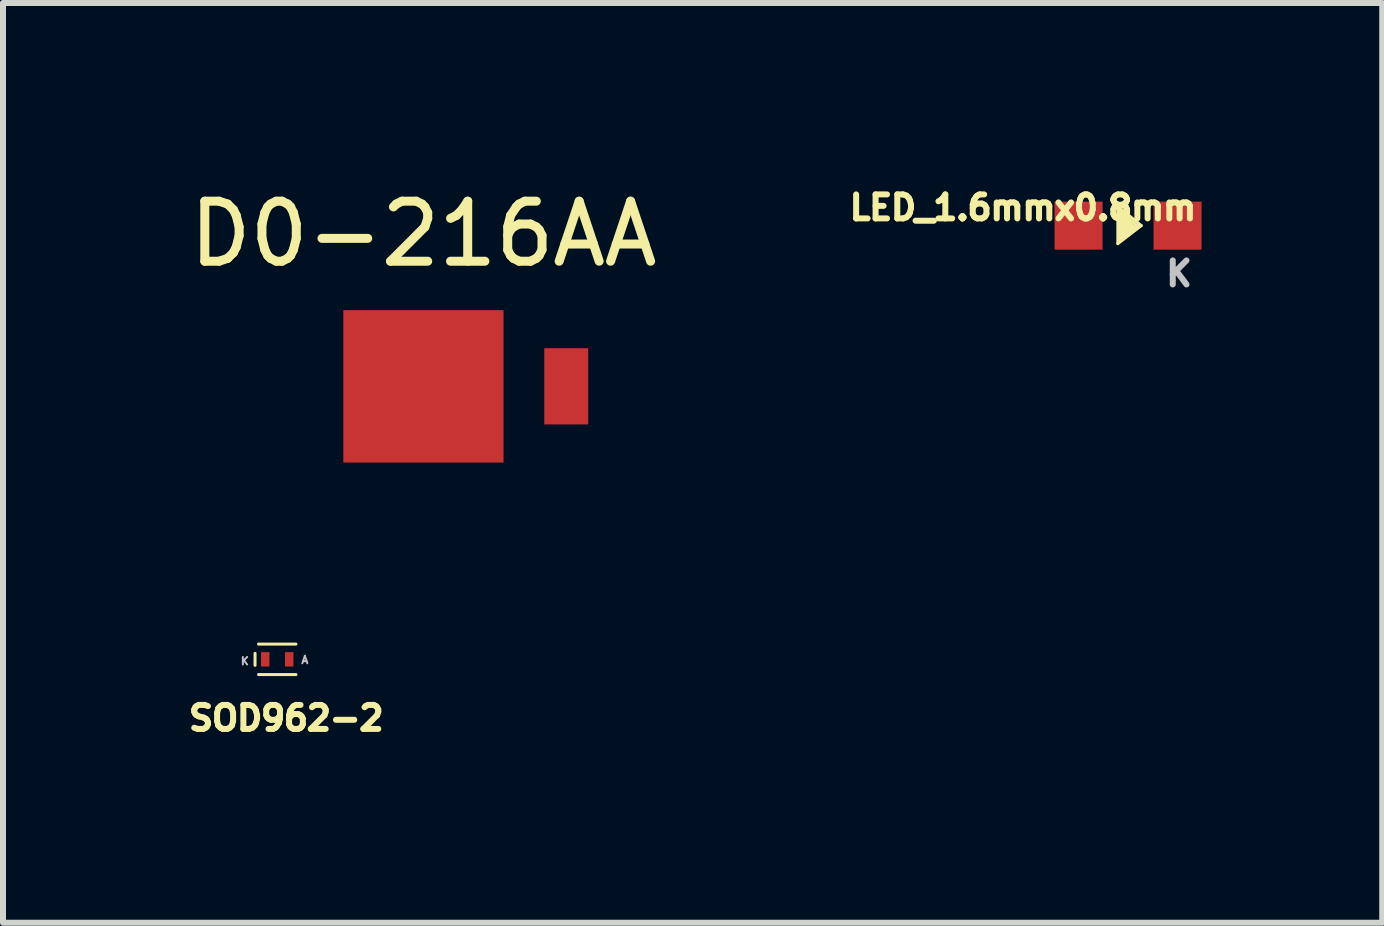
<source format=kicad_pcb>
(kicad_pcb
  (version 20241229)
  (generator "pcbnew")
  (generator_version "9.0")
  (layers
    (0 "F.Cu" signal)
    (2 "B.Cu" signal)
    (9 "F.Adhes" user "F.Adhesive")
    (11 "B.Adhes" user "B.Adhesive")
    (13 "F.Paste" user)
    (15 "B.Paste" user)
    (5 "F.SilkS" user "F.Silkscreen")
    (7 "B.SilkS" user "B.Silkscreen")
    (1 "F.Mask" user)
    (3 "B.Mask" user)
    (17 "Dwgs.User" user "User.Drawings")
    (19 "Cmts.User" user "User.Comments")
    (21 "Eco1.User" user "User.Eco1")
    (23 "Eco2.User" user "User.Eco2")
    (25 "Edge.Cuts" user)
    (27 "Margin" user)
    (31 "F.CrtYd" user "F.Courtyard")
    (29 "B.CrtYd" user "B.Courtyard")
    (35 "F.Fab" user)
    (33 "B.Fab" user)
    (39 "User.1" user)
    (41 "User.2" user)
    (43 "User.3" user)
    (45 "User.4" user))
  (footprint "SOD962-2"
    (layer "F.Cu")
    (at 1.57 7.937)
    (property "Reference" "SOD962-2" (at 0.15 0.98 0) (layer "F.SilkS") (effects (font (size 0.4 0.4) (thickness 0.1))))
    (attr through_hole)
    (fp_line (start -0.37 -0.1) (end -0.37 0.1) (stroke (width 0.05) (type solid)) (layer "F.SilkS"))
    (fp_line (start -0.312 -0.254) (end 0.312 -0.254) (stroke (width 0.05) (type solid)) (layer "F.SilkS"))
    (fp_line (start 0.312 0.254) (end -0.312 0.254) (stroke (width 0.05) (type solid)) (layer "F.SilkS"))
    (fp_text user "K" (at -0.54 0.03 0) (layer "Dwgs.User") (effects (font (size 0.127 0.127) (thickness 0.032))))
    (fp_text user "A" (at 0.46 0.01 0) (layer "Dwgs.User") (effects (font (size 0.127 0.127) (thickness 0.032))))
    (pad "1" smd rect (at -0.2 0) (size 0.14 0.24) (layers "F.Cu" "F.Mask" "F.Paste"))
    (pad "2" smd rect (at 0.2 0) (size 0.14 0.24) (layers "F.Cu" "F.Mask" "F.Paste")))
  (footprint "D0−216AA"
    (layer "F.Cu")
    (at 4.006 3.388)
    (property "Reference" "D0−216AA" (at 0 -2.54 0) (layer "F.SilkS") (effects (font (size 1 1) (thickness 0.15))))
    (attr through_hole)
    (pad "1" smd rect (at 0 0) (size 2.67 2.54) (layers "F.Cu" "F.Mask" "F.Paste"))
    (pad "2" smd rect (at 2.38 0) (size 0.732 1.27) (layers "F.Cu" "F.Mask" "F.Paste")))
  (footprint "LED_1.6mmx0.8mm"
    (layer "F.Cu")
    (at 15.748 0.71)
    (property "Reference" "LED_1.6mmx0.8mm" (at -1.75 -0.3 0) (layer "F.SilkS") (effects (font (size 0.4 0.4) (thickness 0.1))))
    (attr through_hole)
    (fp_line (start -0.17 -0.31) (end -0.17 0.3) (stroke (width 0.05) (type solid)) (layer "F.SilkS"))
    (fp_line (start -0.17 0.3) (end 0.22 0) (stroke (width 0.05) (type solid)) (layer "F.SilkS"))
    (fp_line (start -0.15 -0.25) (end 0.16 0.01) (stroke (width 0.05) (type solid)) (layer "F.SilkS"))
    (fp_line (start -0.14 0.24) (end -0.13 -0.2) (stroke (width 0.05) (type solid)) (layer "F.SilkS"))
    (fp_line (start -0.13 -0.2) (end 0.1 0.02) (stroke (width 0.05) (type solid)) (layer "F.SilkS"))
    (fp_line (start -0.11 0.18) (end -0.1 -0.13) (stroke (width 0.05) (type solid)) (layer "F.SilkS"))
    (fp_line (start -0.1 -0.13) (end 0.05 0.03) (stroke (width 0.05) (type solid)) (layer "F.SilkS"))
    (fp_line (start -0.08 0.11) (end -0.07 -0.07) (stroke (width 0.05) (type solid)) (layer "F.SilkS"))
    (fp_line (start -0.07 -0.07) (end 0.01 0.04) (stroke (width 0.05) (type solid)) (layer "F.SilkS"))
    (fp_line (start -0.05 0.06) (end -0.05 0) (stroke (width 0.05) (type solid)) (layer "F.SilkS"))
    (fp_line (start 0.01 0.04) (end -0.05 0.06) (stroke (width 0.05) (type solid)) (layer "F.SilkS"))
    (fp_line (start 0.05 0.03) (end -0.08 0.11) (stroke (width 0.05) (type solid)) (layer "F.SilkS"))
    (fp_line (start 0.1 0.02) (end -0.11 0.18) (stroke (width 0.05) (type solid)) (layer "F.SilkS"))
    (fp_line (start 0.16 0.01) (end -0.14 0.24) (stroke (width 0.05) (type solid)) (layer "F.SilkS"))
    (fp_line (start 0.22 0) (end -0.16 -0.31) (stroke (width 0.05) (type solid)) (layer "F.SilkS"))
    (fp_text user "K" (at 0.85 0.8 0) (layer "Dwgs.User") (effects (font (size 0.4 0.4) (thickness 0.1))))
    (pad "1" smd rect (at -0.825 0) (size 0.8 0.8) (layers "F.Cu" "F.Mask" "F.Paste"))
    (pad "2" smd rect (at 0.825 0) (size 0.8 0.8) (layers "F.Cu" "F.Mask" "F.Paste")))
  (gr_rect
    (start -3 -3)
    (end 19.984 12.327)
    (stroke (width 0.1) (type default))
    (fill no)
    (layer "Edge.Cuts")))
</source>
